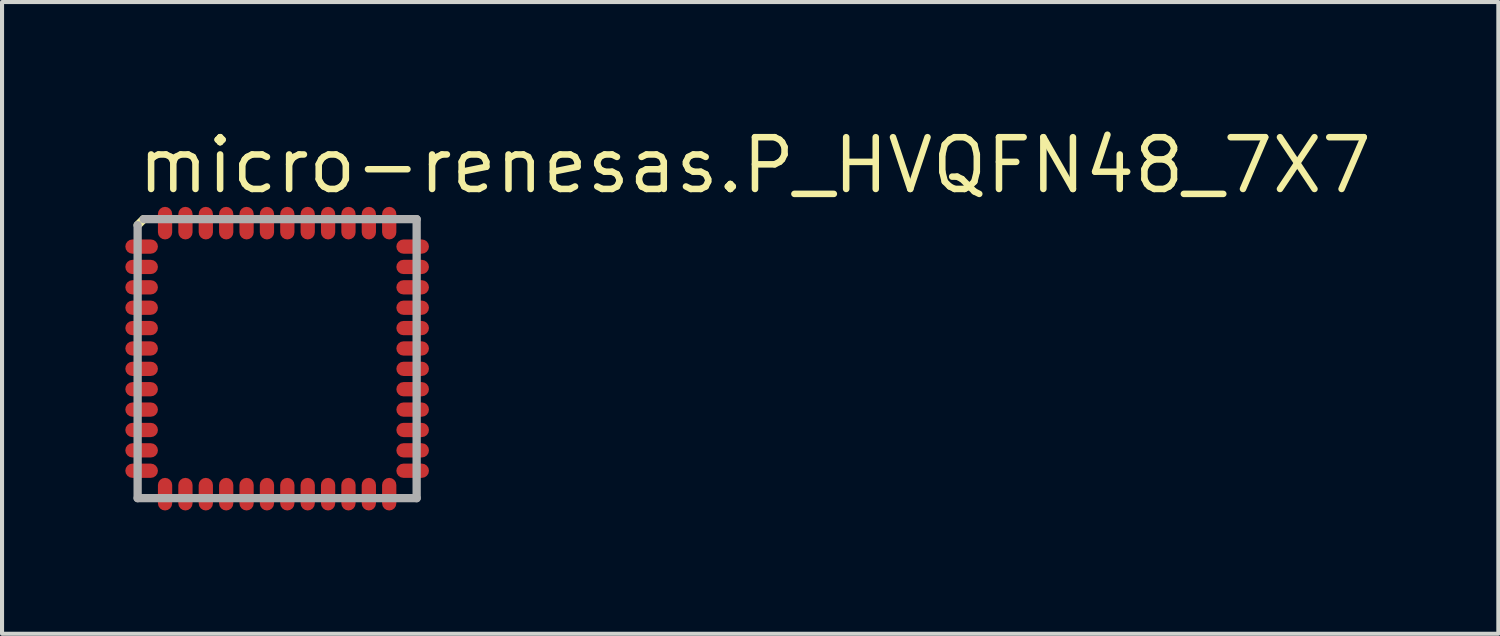
<source format=kicad_pcb>
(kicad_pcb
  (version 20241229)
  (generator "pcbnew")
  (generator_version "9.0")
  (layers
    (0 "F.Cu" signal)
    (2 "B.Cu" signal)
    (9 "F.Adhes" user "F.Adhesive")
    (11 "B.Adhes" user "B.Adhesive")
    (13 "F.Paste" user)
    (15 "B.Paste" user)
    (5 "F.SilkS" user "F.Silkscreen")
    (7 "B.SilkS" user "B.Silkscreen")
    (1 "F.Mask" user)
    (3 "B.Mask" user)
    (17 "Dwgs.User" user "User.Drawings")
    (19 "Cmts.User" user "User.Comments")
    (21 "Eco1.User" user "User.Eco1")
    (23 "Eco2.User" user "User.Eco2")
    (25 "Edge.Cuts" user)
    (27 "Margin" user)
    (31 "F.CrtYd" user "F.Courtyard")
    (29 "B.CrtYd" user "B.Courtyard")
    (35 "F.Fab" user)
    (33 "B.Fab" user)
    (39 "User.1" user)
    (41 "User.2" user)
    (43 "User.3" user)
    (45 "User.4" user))
  (footprint "micro-renesas.P_HVQFN48_7X7"
    (layer "F.Cu")
    (at 3.75 5.75)
    (property "Reference" "micro-renesas.P_HVQFN48_7X7" (at -3.5 -4 0) (layer "F.SilkS") (effects (font (size 1.27 1.27) (thickness 0.16)) (justify left bottom)))
    (attr smd)
    (fp_line (start -3.55 -2.75) (end -3.1 -2.75) (stroke (width 0.4) (type default)) (layer "F.Mask"))
    (fp_line (start -3.55 -2.25) (end -3.1 -2.25) (stroke (width 0.4) (type default)) (layer "F.Mask"))
    (fp_line (start -3.55 -1.75) (end -3.1 -1.75) (stroke (width 0.4) (type default)) (layer "F.Mask"))
    (fp_line (start -3.55 -1.25) (end -3.1 -1.25) (stroke (width 0.4) (type default)) (layer "F.Mask"))
    (fp_line (start -3.55 -0.75) (end -3.1 -0.75) (stroke (width 0.4) (type default)) (layer "F.Mask"))
    (fp_line (start -3.55 -0.25) (end -3.1 -0.25) (stroke (width 0.4) (type default)) (layer "F.Mask"))
    (fp_line (start -3.55 0.25) (end -3.1 0.25) (stroke (width 0.4) (type default)) (layer "F.Mask"))
    (fp_line (start -3.55 0.75) (end -3.1 0.75) (stroke (width 0.4) (type default)) (layer "F.Mask"))
    (fp_line (start -3.55 1.25) (end -3.1 1.25) (stroke (width 0.4) (type default)) (layer "F.Mask"))
    (fp_line (start -3.55 1.75) (end -3.1 1.75) (stroke (width 0.4) (type default)) (layer "F.Mask"))
    (fp_line (start -3.55 2.25) (end -3.1 2.25) (stroke (width 0.4) (type default)) (layer "F.Mask"))
    (fp_line (start -3.55 2.75) (end -3.1 2.75) (stroke (width 0.4) (type default)) (layer "F.Mask"))
    (fp_line (start -2.75 -3.55) (end -2.75 -3.1) (stroke (width 0.4) (type default)) (layer "F.Mask"))
    (fp_line (start -2.75 3.55) (end -2.75 3.1) (stroke (width 0.4) (type default)) (layer "F.Mask"))
    (fp_line (start -2.25 -3.55) (end -2.25 -3.1) (stroke (width 0.4) (type default)) (layer "F.Mask"))
    (fp_line (start -2.25 3.55) (end -2.25 3.1) (stroke (width 0.4) (type default)) (layer "F.Mask"))
    (fp_line (start -1.75 -3.55) (end -1.75 -3.1) (stroke (width 0.4) (type default)) (layer "F.Mask"))
    (fp_line (start -1.75 3.55) (end -1.75 3.1) (stroke (width 0.4) (type default)) (layer "F.Mask"))
    (fp_line (start -1.25 -3.55) (end -1.25 -3.1) (stroke (width 0.4) (type default)) (layer "F.Mask"))
    (fp_line (start -1.25 3.55) (end -1.25 3.1) (stroke (width 0.4) (type default)) (layer "F.Mask"))
    (fp_line (start -0.75 -3.55) (end -0.75 -3.1) (stroke (width 0.4) (type default)) (layer "F.Mask"))
    (fp_line (start -0.75 3.55) (end -0.75 3.1) (stroke (width 0.4) (type default)) (layer "F.Mask"))
    (fp_line (start -0.25 -3.55) (end -0.25 -3.1) (stroke (width 0.4) (type default)) (layer "F.Mask"))
    (fp_line (start -0.25 3.55) (end -0.25 3.1) (stroke (width 0.4) (type default)) (layer "F.Mask"))
    (fp_line (start 0.25 -3.55) (end 0.25 -3.1) (stroke (width 0.4) (type default)) (layer "F.Mask"))
    (fp_line (start 0.25 3.55) (end 0.25 3.1) (stroke (width 0.4) (type default)) (layer "F.Mask"))
    (fp_line (start 0.75 -3.55) (end 0.75 -3.1) (stroke (width 0.4) (type default)) (layer "F.Mask"))
    (fp_line (start 0.75 3.55) (end 0.75 3.1) (stroke (width 0.4) (type default)) (layer "F.Mask"))
    (fp_line (start 1.25 -3.55) (end 1.25 -3.1) (stroke (width 0.4) (type default)) (layer "F.Mask"))
    (fp_line (start 1.25 3.55) (end 1.25 3.1) (stroke (width 0.4) (type default)) (layer "F.Mask"))
    (fp_line (start 1.75 -3.55) (end 1.75 -3.1) (stroke (width 0.4) (type default)) (layer "F.Mask"))
    (fp_line (start 1.75 3.55) (end 1.75 3.1) (stroke (width 0.4) (type default)) (layer "F.Mask"))
    (fp_line (start 2.25 -3.55) (end 2.25 -3.1) (stroke (width 0.4) (type default)) (layer "F.Mask"))
    (fp_line (start 2.25 3.55) (end 2.25 3.1) (stroke (width 0.4) (type default)) (layer "F.Mask"))
    (fp_line (start 2.75 -3.55) (end 2.75 -3.1) (stroke (width 0.4) (type default)) (layer "F.Mask"))
    (fp_line (start 2.75 3.55) (end 2.75 3.1) (stroke (width 0.4) (type default)) (layer "F.Mask"))
    (fp_line (start 3.55 -2.75) (end 3.1 -2.75) (stroke (width 0.4) (type default)) (layer "F.Mask"))
    (fp_line (start 3.55 -2.25) (end 3.1 -2.25) (stroke (width 0.4) (type default)) (layer "F.Mask"))
    (fp_line (start 3.55 -1.75) (end 3.1 -1.75) (stroke (width 0.4) (type default)) (layer "F.Mask"))
    (fp_line (start 3.55 -1.25) (end 3.1 -1.25) (stroke (width 0.4) (type default)) (layer "F.Mask"))
    (fp_line (start 3.55 -0.75) (end 3.1 -0.75) (stroke (width 0.4) (type default)) (layer "F.Mask"))
    (fp_line (start 3.55 -0.25) (end 3.1 -0.25) (stroke (width 0.4) (type default)) (layer "F.Mask"))
    (fp_line (start 3.55 0.25) (end 3.1 0.25) (stroke (width 0.4) (type default)) (layer "F.Mask"))
    (fp_line (start 3.55 0.75) (end 3.1 0.75) (stroke (width 0.4) (type default)) (layer "F.Mask"))
    (fp_line (start 3.55 1.25) (end 3.1 1.25) (stroke (width 0.4) (type default)) (layer "F.Mask"))
    (fp_line (start 3.55 1.75) (end 3.1 1.75) (stroke (width 0.4) (type default)) (layer "F.Mask"))
    (fp_line (start 3.55 2.25) (end 3.1 2.25) (stroke (width 0.4) (type default)) (layer "F.Mask"))
    (fp_line (start 3.55 2.75) (end 3.1 2.75) (stroke (width 0.4) (type default)) (layer "F.Mask"))
    (fp_line (start -3.55 -2.75) (end -3.1 -2.75) (stroke (width 0.3) (type default)) (layer "B.Mask"))
    (fp_line (start -3.55 -2.25) (end -3.1 -2.25) (stroke (width 0.3) (type default)) (layer "B.Mask"))
    (fp_line (start -3.55 -1.75) (end -3.1 -1.75) (stroke (width 0.3) (type default)) (layer "B.Mask"))
    (fp_line (start -3.55 -1.25) (end -3.1 -1.25) (stroke (width 0.3) (type default)) (layer "B.Mask"))
    (fp_line (start -3.55 -0.75) (end -3.1 -0.75) (stroke (width 0.3) (type default)) (layer "B.Mask"))
    (fp_line (start -3.55 -0.25) (end -3.1 -0.25) (stroke (width 0.3) (type default)) (layer "B.Mask"))
    (fp_line (start -3.55 0.25) (end -3.1 0.25) (stroke (width 0.3) (type default)) (layer "B.Mask"))
    (fp_line (start -3.55 0.75) (end -3.1 0.75) (stroke (width 0.3) (type default)) (layer "B.Mask"))
    (fp_line (start -3.55 1.25) (end -3.1 1.25) (stroke (width 0.3) (type default)) (layer "B.Mask"))
    (fp_line (start -3.55 1.75) (end -3.1 1.75) (stroke (width 0.3) (type default)) (layer "B.Mask"))
    (fp_line (start -3.55 2.25) (end -3.1 2.25) (stroke (width 0.3) (type default)) (layer "B.Mask"))
    (fp_line (start -3.55 2.75) (end -3.1 2.75) (stroke (width 0.3) (type default)) (layer "B.Mask"))
    (fp_line (start -2.75 -3.55) (end -2.75 -3.1) (stroke (width 0.3) (type default)) (layer "B.Mask"))
    (fp_line (start -2.75 3.55) (end -2.75 3.1) (stroke (width 0.3) (type default)) (layer "B.Mask"))
    (fp_line (start -2.25 -3.55) (end -2.25 -3.1) (stroke (width 0.3) (type default)) (layer "B.Mask"))
    (fp_line (start -2.25 3.55) (end -2.25 3.1) (stroke (width 0.3) (type default)) (layer "B.Mask"))
    (fp_line (start -1.75 -3.55) (end -1.75 -3.1) (stroke (width 0.3) (type default)) (layer "B.Mask"))
    (fp_line (start -1.75 3.55) (end -1.75 3.1) (stroke (width 0.3) (type default)) (layer "B.Mask"))
    (fp_line (start -1.25 -3.55) (end -1.25 -3.1) (stroke (width 0.3) (type default)) (layer "B.Mask"))
    (fp_line (start -1.25 3.55) (end -1.25 3.1) (stroke (width 0.3) (type default)) (layer "B.Mask"))
    (fp_line (start -0.75 -3.55) (end -0.75 -3.1) (stroke (width 0.3) (type default)) (layer "B.Mask"))
    (fp_line (start -0.75 3.55) (end -0.75 3.1) (stroke (width 0.3) (type default)) (layer "B.Mask"))
    (fp_line (start -0.25 -3.55) (end -0.25 -3.1) (stroke (width 0.3) (type default)) (layer "B.Mask"))
    (fp_line (start -0.25 3.55) (end -0.25 3.1) (stroke (width 0.3) (type default)) (layer "B.Mask"))
    (fp_line (start 0.25 -3.55) (end 0.25 -3.1) (stroke (width 0.3) (type default)) (layer "B.Mask"))
    (fp_line (start 0.25 3.55) (end 0.25 3.1) (stroke (width 0.3) (type default)) (layer "B.Mask"))
    (fp_line (start 0.75 -3.55) (end 0.75 -3.1) (stroke (width 0.3) (type default)) (layer "B.Mask"))
    (fp_line (start 0.75 3.55) (end 0.75 3.1) (stroke (width 0.3) (type default)) (layer "B.Mask"))
    (fp_line (start 1.25 -3.55) (end 1.25 -3.1) (stroke (width 0.3) (type default)) (layer "B.Mask"))
    (fp_line (start 1.25 3.55) (end 1.25 3.1) (stroke (width 0.3) (type default)) (layer "B.Mask"))
    (fp_line (start 1.75 -3.55) (end 1.75 -3.1) (stroke (width 0.3) (type default)) (layer "B.Mask"))
    (fp_line (start 1.75 3.55) (end 1.75 3.1) (stroke (width 0.3) (type default)) (layer "B.Mask"))
    (fp_line (start 2.25 -3.55) (end 2.25 -3.1) (stroke (width 0.3) (type default)) (layer "B.Mask"))
    (fp_line (start 2.25 3.55) (end 2.25 3.1) (stroke (width 0.3) (type default)) (layer "B.Mask"))
    (fp_line (start 2.75 -3.55) (end 2.75 -3.1) (stroke (width 0.3) (type default)) (layer "B.Mask"))
    (fp_line (start 2.75 3.55) (end 2.75 3.1) (stroke (width 0.3) (type default)) (layer "B.Mask"))
    (fp_line (start 3.55 -2.75) (end 3.1 -2.75) (stroke (width 0.3) (type default)) (layer "B.Mask"))
    (fp_line (start 3.55 -2.25) (end 3.1 -2.25) (stroke (width 0.3) (type default)) (layer "B.Mask"))
    (fp_line (start 3.55 -1.75) (end 3.1 -1.75) (stroke (width 0.3) (type default)) (layer "B.Mask"))
    (fp_line (start 3.55 -1.25) (end 3.1 -1.25) (stroke (width 0.3) (type default)) (layer "B.Mask"))
    (fp_line (start 3.55 -0.75) (end 3.1 -0.75) (stroke (width 0.3) (type default)) (layer "B.Mask"))
    (fp_line (start 3.55 -0.25) (end 3.1 -0.25) (stroke (width 0.3) (type default)) (layer "B.Mask"))
    (fp_line (start 3.55 0.25) (end 3.1 0.25) (stroke (width 0.3) (type default)) (layer "B.Mask"))
    (fp_line (start 3.55 0.75) (end 3.1 0.75) (stroke (width 0.3) (type default)) (layer "B.Mask"))
    (fp_line (start 3.55 1.25) (end 3.1 1.25) (stroke (width 0.3) (type default)) (layer "B.Mask"))
    (fp_line (start 3.55 1.75) (end 3.1 1.75) (stroke (width 0.3) (type default)) (layer "B.Mask"))
    (fp_line (start 3.55 2.25) (end 3.1 2.25) (stroke (width 0.3) (type default)) (layer "B.Mask"))
    (fp_line (start 3.55 2.75) (end 3.1 2.75) (stroke (width 0.3) (type default)) (layer "B.Mask"))
    (fp_line (start -3.275 -3.423) (end -3.423 -3.275) (stroke (width 0.203) (type default)) (layer "F.SilkS"))
    (fp_line (start -3.423 -3.275) (end -3.423 3.423) (stroke (width 0.203) (type default)) (layer "F.Fab"))
    (fp_line (start -3.423 3.423) (end 3.423 3.423) (stroke (width 0.203) (type default)) (layer "F.Fab"))
    (fp_line (start 3.423 -3.423) (end -3.275 -3.423) (stroke (width 0.203) (type default)) (layer "F.Fab"))
    (fp_line (start 3.423 3.423) (end 3.423 -3.423) (stroke (width 0.203) (type default)) (layer "F.Fab"))
    (pad "1" smd roundrect (at -3.325 -2.75) (size 0.8 0.35) (layers "F.Cu" "F.Mask" "F.Paste") (roundrect_rratio 0.5))
    (pad "2" smd roundrect (at -3.325 -2.25) (size 0.8 0.35) (layers "F.Cu" "F.Mask" "F.Paste") (roundrect_rratio 0.5))
    (pad "3" smd roundrect (at -3.325 -1.75) (size 0.8 0.35) (layers "F.Cu" "F.Mask" "F.Paste") (roundrect_rratio 0.5))
    (pad "4" smd roundrect (at -3.325 -1.25) (size 0.8 0.35) (layers "F.Cu" "F.Mask" "F.Paste") (roundrect_rratio 0.5))
    (pad "5" smd roundrect (at -3.325 -0.75) (size 0.8 0.35) (layers "F.Cu" "F.Mask" "F.Paste") (roundrect_rratio 0.5))
    (pad "6" smd roundrect (at -3.325 -0.25) (size 0.8 0.35) (layers "F.Cu" "F.Mask" "F.Paste") (roundrect_rratio 0.5))
    (pad "7" smd roundrect (at -3.325 0.25) (size 0.8 0.35) (layers "F.Cu" "F.Mask" "F.Paste") (roundrect_rratio 0.5))
    (pad "8" smd roundrect (at -3.325 0.75) (size 0.8 0.35) (layers "F.Cu" "F.Mask" "F.Paste") (roundrect_rratio 0.5))
    (pad "9" smd roundrect (at -3.325 1.25) (size 0.8 0.35) (layers "F.Cu" "F.Mask" "F.Paste") (roundrect_rratio 0.5))
    (pad "10" smd roundrect (at -3.325 1.75) (size 0.8 0.35) (layers "F.Cu" "F.Mask" "F.Paste") (roundrect_rratio 0.5))
    (pad "11" smd roundrect (at -3.325 2.25) (size 0.8 0.35) (layers "F.Cu" "F.Mask" "F.Paste") (roundrect_rratio 0.5))
    (pad "12" smd roundrect (at -3.325 2.75) (size 0.8 0.35) (layers "F.Cu" "F.Mask" "F.Paste") (roundrect_rratio 0.5))
    (pad "13" smd roundrect (at -2.75 3.325) (size 0.35 0.8) (layers "F.Cu" "F.Mask" "F.Paste") (roundrect_rratio 0.5))
    (pad "14" smd roundrect (at -2.25 3.325) (size 0.35 0.8) (layers "F.Cu" "F.Mask" "F.Paste") (roundrect_rratio 0.5))
    (pad "15" smd roundrect (at -1.75 3.325) (size 0.35 0.8) (layers "F.Cu" "F.Mask" "F.Paste") (roundrect_rratio 0.5))
    (pad "16" smd roundrect (at -1.25 3.325) (size 0.35 0.8) (layers "F.Cu" "F.Mask" "F.Paste") (roundrect_rratio 0.5))
    (pad "17" smd roundrect (at -0.75 3.325) (size 0.35 0.8) (layers "F.Cu" "F.Mask" "F.Paste") (roundrect_rratio 0.5))
    (pad "18" smd roundrect (at -0.25 3.325) (size 0.35 0.8) (layers "F.Cu" "F.Mask" "F.Paste") (roundrect_rratio 0.5))
    (pad "19" smd roundrect (at 0.25 3.325) (size 0.35 0.8) (layers "F.Cu" "F.Mask" "F.Paste") (roundrect_rratio 0.5))
    (pad "20" smd roundrect (at 0.75 3.325) (size 0.35 0.8) (layers "F.Cu" "F.Mask" "F.Paste") (roundrect_rratio 0.5))
    (pad "21" smd roundrect (at 1.25 3.325) (size 0.35 0.8) (layers "F.Cu" "F.Mask" "F.Paste") (roundrect_rratio 0.5))
    (pad "22" smd roundrect (at 1.75 3.325) (size 0.35 0.8) (layers "F.Cu" "F.Mask" "F.Paste") (roundrect_rratio 0.5))
    (pad "23" smd roundrect (at 2.25 3.325) (size 0.35 0.8) (layers "F.Cu" "F.Mask" "F.Paste") (roundrect_rratio 0.5))
    (pad "24" smd roundrect (at 2.75 3.325) (size 0.35 0.8) (layers "F.Cu" "F.Mask" "F.Paste") (roundrect_rratio 0.5))
    (pad "25" smd roundrect (at 3.325 2.75) (size 0.8 0.35) (layers "F.Cu" "F.Mask" "F.Paste") (roundrect_rratio 0.5))
    (pad "26" smd roundrect (at 3.325 2.25) (size 0.8 0.35) (layers "F.Cu" "F.Mask" "F.Paste") (roundrect_rratio 0.5))
    (pad "27" smd roundrect (at 3.325 1.75) (size 0.8 0.35) (layers "F.Cu" "F.Mask" "F.Paste") (roundrect_rratio 0.5))
    (pad "28" smd roundrect (at 3.325 1.25) (size 0.8 0.35) (layers "F.Cu" "F.Mask" "F.Paste") (roundrect_rratio 0.5))
    (pad "29" smd roundrect (at 3.325 0.75) (size 0.8 0.35) (layers "F.Cu" "F.Mask" "F.Paste") (roundrect_rratio 0.5))
    (pad "30" smd roundrect (at 3.325 0.25) (size 0.8 0.35) (layers "F.Cu" "F.Mask" "F.Paste") (roundrect_rratio 0.5))
    (pad "31" smd roundrect (at 3.325 -0.25) (size 0.8 0.35) (layers "F.Cu" "F.Mask" "F.Paste") (roundrect_rratio 0.5))
    (pad "32" smd roundrect (at 3.325 -0.75) (size 0.8 0.35) (layers "F.Cu" "F.Mask" "F.Paste") (roundrect_rratio 0.5))
    (pad "33" smd roundrect (at 3.325 -1.25) (size 0.8 0.35) (layers "F.Cu" "F.Mask" "F.Paste") (roundrect_rratio 0.5))
    (pad "34" smd roundrect (at 3.325 -1.75) (size 0.8 0.35) (layers "F.Cu" "F.Mask" "F.Paste") (roundrect_rratio 0.5))
    (pad "35" smd roundrect (at 3.325 -2.25) (size 0.8 0.35) (layers "F.Cu" "F.Mask" "F.Paste") (roundrect_rratio 0.5))
    (pad "36" smd roundrect (at 3.325 -2.75) (size 0.8 0.35) (layers "F.Cu" "F.Mask" "F.Paste") (roundrect_rratio 0.5))
    (pad "37" smd roundrect (at 2.75 -3.325) (size 0.35 0.8) (layers "F.Cu" "F.Mask" "F.Paste") (roundrect_rratio 0.5))
    (pad "38" smd roundrect (at 2.25 -3.325) (size 0.35 0.8) (layers "F.Cu" "F.Mask" "F.Paste") (roundrect_rratio 0.5))
    (pad "39" smd roundrect (at 1.75 -3.325) (size 0.35 0.8) (layers "F.Cu" "F.Mask" "F.Paste") (roundrect_rratio 0.5))
    (pad "40" smd roundrect (at 1.25 -3.325) (size 0.35 0.8) (layers "F.Cu" "F.Mask" "F.Paste") (roundrect_rratio 0.5))
    (pad "41" smd roundrect (at 0.75 -3.325) (size 0.35 0.8) (layers "F.Cu" "F.Mask" "F.Paste") (roundrect_rratio 0.5))
    (pad "42" smd roundrect (at 0.25 -3.325) (size 0.35 0.8) (layers "F.Cu" "F.Mask" "F.Paste") (roundrect_rratio 0.5))
    (pad "43" smd roundrect (at -0.25 -3.325) (size 0.35 0.8) (layers "F.Cu" "F.Mask" "F.Paste") (roundrect_rratio 0.5))
    (pad "44" smd roundrect (at -0.75 -3.325) (size 0.35 0.8) (layers "F.Cu" "F.Mask" "F.Paste") (roundrect_rratio 0.5))
    (pad "45" smd roundrect (at -1.25 -3.325) (size 0.35 0.8) (layers "F.Cu" "F.Mask" "F.Paste") (roundrect_rratio 0.5))
    (pad "46" smd roundrect (at -1.75 -3.325) (size 0.35 0.8) (layers "F.Cu" "F.Mask" "F.Paste") (roundrect_rratio 0.5))
    (pad "47" smd roundrect (at -2.25 -3.325) (size 0.35 0.8) (layers "F.Cu" "F.Mask" "F.Paste") (roundrect_rratio 0.5))
    (pad "48" smd roundrect (at -2.75 -3.325) (size 0.35 0.8) (layers "F.Cu" "F.Mask" "F.Paste") (roundrect_rratio 0.5)))
  (gr_rect
    (start -3 -3)
    (end 33.714 12.5)
    (stroke (width 0.1) (type default))
    (fill no)
    (layer "Edge.Cuts")))
</source>
